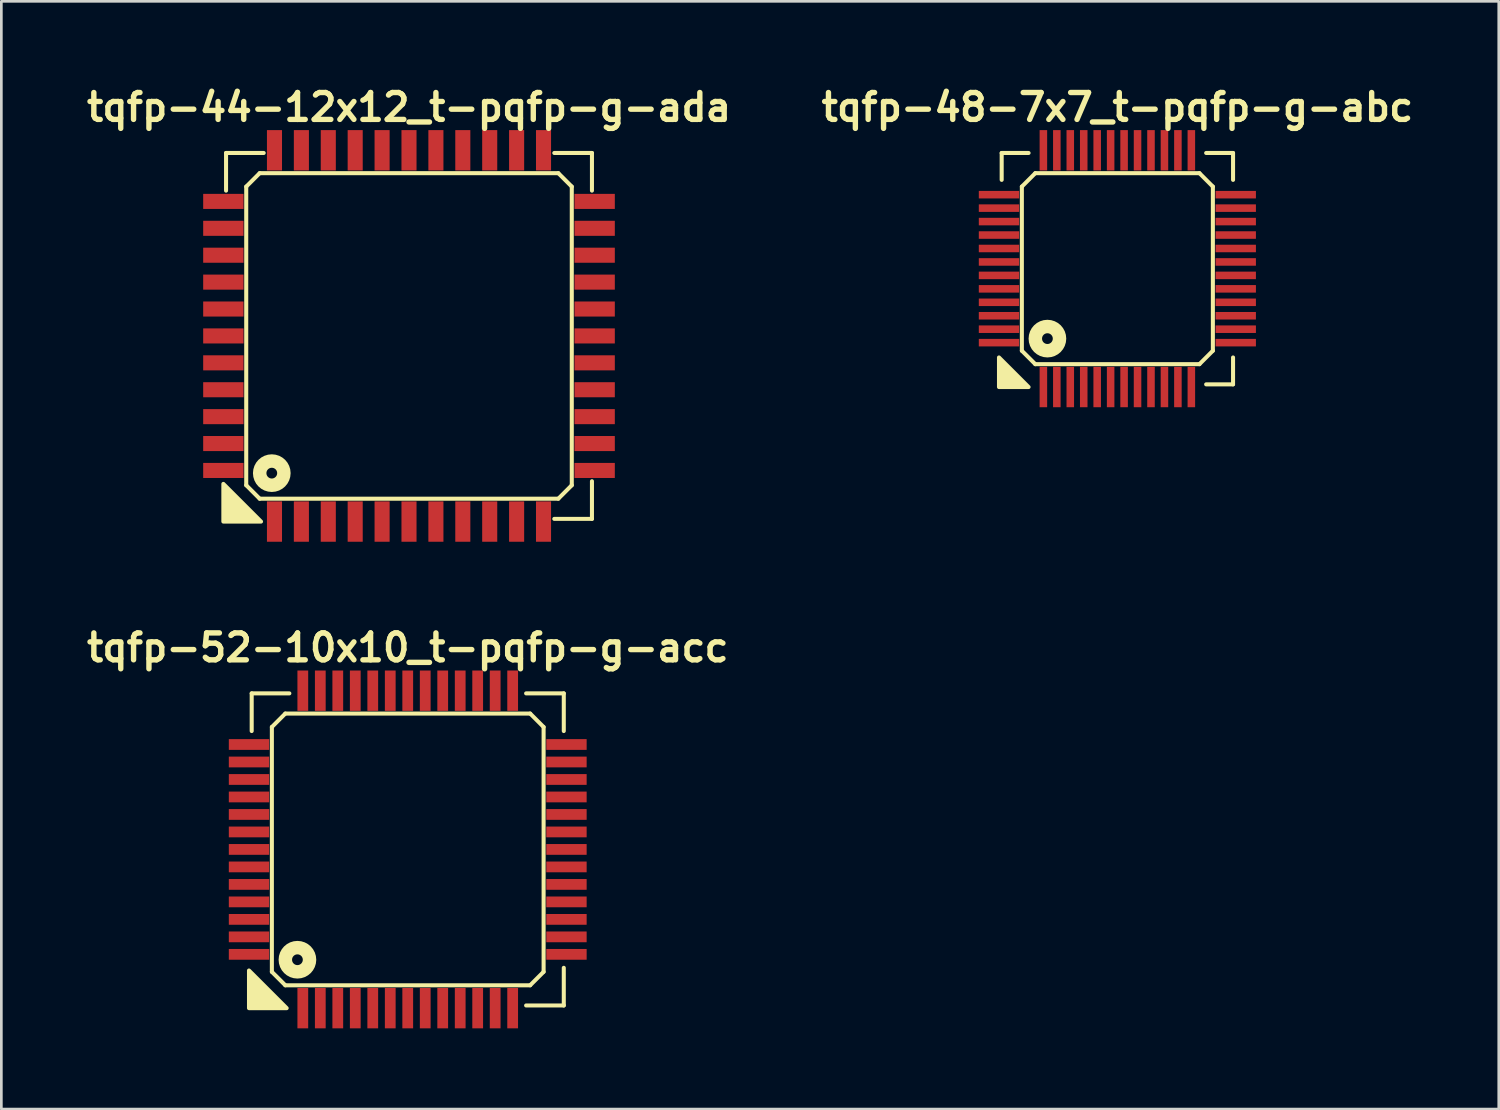
<source format=kicad_pcb>
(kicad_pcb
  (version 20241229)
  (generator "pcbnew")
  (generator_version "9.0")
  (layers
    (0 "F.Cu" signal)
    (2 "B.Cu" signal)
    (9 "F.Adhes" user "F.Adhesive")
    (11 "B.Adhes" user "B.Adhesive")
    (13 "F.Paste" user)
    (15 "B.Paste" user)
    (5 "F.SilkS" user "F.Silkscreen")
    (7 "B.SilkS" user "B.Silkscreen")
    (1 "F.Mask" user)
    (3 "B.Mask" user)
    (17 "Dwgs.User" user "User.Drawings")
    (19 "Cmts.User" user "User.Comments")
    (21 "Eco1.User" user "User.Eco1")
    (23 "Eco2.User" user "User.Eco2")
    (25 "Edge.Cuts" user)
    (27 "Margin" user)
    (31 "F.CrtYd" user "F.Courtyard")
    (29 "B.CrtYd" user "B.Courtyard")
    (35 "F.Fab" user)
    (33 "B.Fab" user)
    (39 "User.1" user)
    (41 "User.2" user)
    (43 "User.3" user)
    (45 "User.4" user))
  (footprint "tqfp-52-10x10_t-pqfp-g-acc"
    (layer "F.Cu")
    (at 12.105 28.522)
    (property "Reference" "tqfp-52-10x10_t-pqfp-g-acc" (at 0 -7.5 0) (layer "F.SilkS") (effects (font (size 1 1) (thickness 0.2))))
    (attr smd)
    (fp_line (start -5.8 -5.8) (end -4.4 -5.8) (stroke (width 0.15) (type solid)) (layer "F.SilkS"))
    (fp_line (start -5.8 -4.4) (end -5.8 -5.8) (stroke (width 0.15) (type solid)) (layer "F.SilkS"))
    (fp_line (start -5.05 -4.55) (end -4.55 -5.05) (stroke (width 0.15) (type solid)) (layer "F.SilkS"))
    (fp_line (start -5.05 4.55) (end -5.05 -4.55) (stroke (width 0.15) (type solid)) (layer "F.SilkS"))
    (fp_line (start -4.55 -5.05) (end 4.55 -5.05) (stroke (width 0.15) (type solid)) (layer "F.SilkS"))
    (fp_line (start -4.55 5.05) (end -5.05 4.55) (stroke (width 0.15) (type solid)) (layer "F.SilkS"))
    (fp_line (start 4.4 -5.8) (end 5.8 -5.8) (stroke (width 0.15) (type solid)) (layer "F.SilkS"))
    (fp_line (start 4.55 -5.05) (end 5.05 -4.55) (stroke (width 0.15) (type solid)) (layer "F.SilkS"))
    (fp_line (start 4.55 5.05) (end -4.55 5.05) (stroke (width 0.15) (type solid)) (layer "F.SilkS"))
    (fp_line (start 5.05 -4.55) (end 5.05 4.55) (stroke (width 0.15) (type solid)) (layer "F.SilkS"))
    (fp_line (start 5.05 4.55) (end 4.55 5.05) (stroke (width 0.15) (type solid)) (layer "F.SilkS"))
    (fp_line (start 5.8 -5.8) (end 5.8 -4.4) (stroke (width 0.15) (type solid)) (layer "F.SilkS"))
    (fp_line (start 5.8 4.4) (end 5.8 5.8) (stroke (width 0.15) (type solid)) (layer "F.SilkS"))
    (fp_line (start 5.8 5.8) (end 4.4 5.8) (stroke (width 0.15) (type solid)) (layer "F.SilkS"))
    (fp_circle (center -4.1 4.1) (end -3.9 4.1) (stroke (width 0.5) (type solid)) (fill no) (layer "F.SilkS"))
    (fp_poly (pts (xy -4.5 5.9) (xy -5.9 5.9) (xy -5.9 4.5)) (stroke (width 0.15) (type solid)) (fill yes) (layer "F.SilkS"))
    (pad "1" smd rect (at -3.9 5.9) (size 0.4 1.5) (layers "F.Cu" "F.Mask" "F.Paste"))
    (pad "2" smd rect (at -3.25 5.9) (size 0.4 1.5) (layers "F.Cu" "F.Mask" "F.Paste"))
    (pad "3" smd rect (at -2.6 5.9) (size 0.4 1.5) (layers "F.Cu" "F.Mask" "F.Paste"))
    (pad "4" smd rect (at -1.95 5.9) (size 0.4 1.5) (layers "F.Cu" "F.Mask" "F.Paste"))
    (pad "5" smd rect (at -1.3 5.9) (size 0.4 1.5) (layers "F.Cu" "F.Mask" "F.Paste"))
    (pad "6" smd rect (at -0.65 5.9) (size 0.4 1.5) (layers "F.Cu" "F.Mask" "F.Paste"))
    (pad "7" smd rect (at 0 5.9) (size 0.4 1.5) (layers "F.Cu" "F.Mask" "F.Paste"))
    (pad "8" smd rect (at 0.65 5.9) (size 0.4 1.5) (layers "F.Cu" "F.Mask" "F.Paste"))
    (pad "9" smd rect (at 1.3 5.9) (size 0.4 1.5) (layers "F.Cu" "F.Mask" "F.Paste"))
    (pad "10" smd rect (at 1.95 5.9) (size 0.4 1.5) (layers "F.Cu" "F.Mask" "F.Paste"))
    (pad "11" smd rect (at 2.6 5.9) (size 0.4 1.5) (layers "F.Cu" "F.Mask" "F.Paste"))
    (pad "12" smd rect (at 3.25 5.9) (size 0.4 1.5) (layers "F.Cu" "F.Mask" "F.Paste"))
    (pad "13" smd rect (at 3.9 5.9) (size 0.4 1.5) (layers "F.Cu" "F.Mask" "F.Paste"))
    (pad "14" smd rect (at 5.9 3.9) (size 1.5 0.4) (layers "F.Cu" "F.Mask" "F.Paste"))
    (pad "15" smd rect (at 5.9 3.25) (size 1.5 0.4) (layers "F.Cu" "F.Mask" "F.Paste"))
    (pad "16" smd rect (at 5.9 2.6) (size 1.5 0.4) (layers "F.Cu" "F.Mask" "F.Paste"))
    (pad "17" smd rect (at 5.9 1.95) (size 1.5 0.4) (layers "F.Cu" "F.Mask" "F.Paste"))
    (pad "18" smd rect (at 5.9 1.3) (size 1.5 0.4) (layers "F.Cu" "F.Mask" "F.Paste"))
    (pad "19" smd rect (at 5.9 0.65) (size 1.5 0.4) (layers "F.Cu" "F.Mask" "F.Paste"))
    (pad "20" smd rect (at 5.9 0) (size 1.5 0.4) (layers "F.Cu" "F.Mask" "F.Paste"))
    (pad "21" smd rect (at 5.9 -0.65) (size 1.5 0.4) (layers "F.Cu" "F.Mask" "F.Paste"))
    (pad "22" smd rect (at 5.9 -1.3) (size 1.5 0.4) (layers "F.Cu" "F.Mask" "F.Paste"))
    (pad "23" smd rect (at 5.9 -1.95) (size 1.5 0.4) (layers "F.Cu" "F.Mask" "F.Paste"))
    (pad "24" smd rect (at 5.9 -2.6) (size 1.5 0.4) (layers "F.Cu" "F.Mask" "F.Paste"))
    (pad "25" smd rect (at 5.9 -3.25) (size 1.5 0.4) (layers "F.Cu" "F.Mask" "F.Paste"))
    (pad "26" smd rect (at 5.9 -3.9) (size 1.5 0.4) (layers "F.Cu" "F.Mask" "F.Paste"))
    (pad "27" smd rect (at 3.9 -5.9) (size 0.4 1.5) (layers "F.Cu" "F.Mask" "F.Paste"))
    (pad "28" smd rect (at 3.25 -5.9) (size 0.4 1.5) (layers "F.Cu" "F.Mask" "F.Paste"))
    (pad "29" smd rect (at 2.6 -5.9) (size 0.4 1.5) (layers "F.Cu" "F.Mask" "F.Paste"))
    (pad "30" smd rect (at 1.95 -5.9) (size 0.4 1.5) (layers "F.Cu" "F.Mask" "F.Paste"))
    (pad "31" smd rect (at 1.3 -5.9) (size 0.4 1.5) (layers "F.Cu" "F.Mask" "F.Paste"))
    (pad "32" smd rect (at 0.65 -5.9) (size 0.4 1.5) (layers "F.Cu" "F.Mask" "F.Paste"))
    (pad "33" smd rect (at 0 -5.9) (size 0.4 1.5) (layers "F.Cu" "F.Mask" "F.Paste"))
    (pad "34" smd rect (at -0.65 -5.9) (size 0.4 1.5) (layers "F.Cu" "F.Mask" "F.Paste"))
    (pad "35" smd rect (at -1.3 -5.9) (size 0.4 1.5) (layers "F.Cu" "F.Mask" "F.Paste"))
    (pad "36" smd rect (at -1.95 -5.9) (size 0.4 1.5) (layers "F.Cu" "F.Mask" "F.Paste"))
    (pad "37" smd rect (at -2.6 -5.9) (size 0.4 1.5) (layers "F.Cu" "F.Mask" "F.Paste"))
    (pad "38" smd rect (at -3.25 -5.9) (size 0.4 1.5) (layers "F.Cu" "F.Mask" "F.Paste"))
    (pad "39" smd rect (at -3.9 -5.9) (size 0.4 1.5) (layers "F.Cu" "F.Mask" "F.Paste"))
    (pad "40" smd rect (at -5.9 -3.9) (size 1.5 0.4) (layers "F.Cu" "F.Mask" "F.Paste"))
    (pad "41" smd rect (at -5.9 -3.25) (size 1.5 0.4) (layers "F.Cu" "F.Mask" "F.Paste"))
    (pad "42" smd rect (at -5.9 -2.6) (size 1.5 0.4) (layers "F.Cu" "F.Mask" "F.Paste"))
    (pad "43" smd rect (at -5.9 -1.95) (size 1.5 0.4) (layers "F.Cu" "F.Mask" "F.Paste"))
    (pad "44" smd rect (at -5.9 -1.3) (size 1.5 0.4) (layers "F.Cu" "F.Mask" "F.Paste"))
    (pad "45" smd rect (at -5.9 -0.65) (size 1.5 0.4) (layers "F.Cu" "F.Mask" "F.Paste"))
    (pad "46" smd rect (at -5.9 0) (size 1.5 0.4) (layers "F.Cu" "F.Mask" "F.Paste"))
    (pad "47" smd rect (at -5.9 0.65) (size 1.5 0.4) (layers "F.Cu" "F.Mask" "F.Paste"))
    (pad "48" smd rect (at -5.9 1.3) (size 1.5 0.4) (layers "F.Cu" "F.Mask" "F.Paste"))
    (pad "49" smd rect (at -5.9 1.95) (size 1.5 0.4) (layers "F.Cu" "F.Mask" "F.Paste"))
    (pad "50" smd rect (at -5.9 2.6) (size 1.5 0.4) (layers "F.Cu" "F.Mask" "F.Paste"))
    (pad "51" smd rect (at -5.9 3.25) (size 1.5 0.4) (layers "F.Cu" "F.Mask" "F.Paste"))
    (pad "52" smd rect (at -5.9 3.9) (size 1.5 0.4) (layers "F.Cu" "F.Mask" "F.Paste")))
  (footprint "tqfp-44-12x12_t-pqfp-g-ada"
    (layer "F.Cu")
    (at 12.152 9.436)
    (property "Reference" "tqfp-44-12x12_t-pqfp-g-ada" (at 0 -8.5 0) (layer "F.SilkS") (effects (font (size 1 1) (thickness 0.2))))
    (attr smd)
    (fp_line (start -6.8 -6.8) (end -5.4 -6.8) (stroke (width 0.15) (type solid)) (layer "F.SilkS"))
    (fp_line (start -6.8 -5.4) (end -6.8 -6.8) (stroke (width 0.15) (type solid)) (layer "F.SilkS"))
    (fp_line (start -6.05 -5.55) (end -5.55 -6.05) (stroke (width 0.15) (type solid)) (layer "F.SilkS"))
    (fp_line (start -6.05 5.55) (end -6.05 -5.55) (stroke (width 0.15) (type solid)) (layer "F.SilkS"))
    (fp_line (start -5.55 -6.05) (end 5.55 -6.05) (stroke (width 0.15) (type solid)) (layer "F.SilkS"))
    (fp_line (start -5.55 6.05) (end -6.05 5.55) (stroke (width 0.15) (type solid)) (layer "F.SilkS"))
    (fp_line (start 5.4 -6.8) (end 6.8 -6.8) (stroke (width 0.15) (type solid)) (layer "F.SilkS"))
    (fp_line (start 5.55 -6.05) (end 6.05 -5.55) (stroke (width 0.15) (type solid)) (layer "F.SilkS"))
    (fp_line (start 5.55 6.05) (end -5.55 6.05) (stroke (width 0.15) (type solid)) (layer "F.SilkS"))
    (fp_line (start 6.05 -5.55) (end 6.05 5.55) (stroke (width 0.15) (type solid)) (layer "F.SilkS"))
    (fp_line (start 6.05 5.55) (end 5.55 6.05) (stroke (width 0.15) (type solid)) (layer "F.SilkS"))
    (fp_line (start 6.8 -6.8) (end 6.8 -5.4) (stroke (width 0.15) (type solid)) (layer "F.SilkS"))
    (fp_line (start 6.8 5.4) (end 6.8 6.8) (stroke (width 0.15) (type solid)) (layer "F.SilkS"))
    (fp_line (start 6.8 6.8) (end 5.4 6.8) (stroke (width 0.15) (type solid)) (layer "F.SilkS"))
    (fp_circle (center -5.1 5.1) (end -4.9 5.1) (stroke (width 0.5) (type solid)) (fill no) (layer "F.SilkS"))
    (fp_poly (pts (xy -5.5 6.9) (xy -6.9 6.9) (xy -6.9 5.5)) (stroke (width 0.15) (type solid)) (fill yes) (layer "F.SilkS"))
    (pad "1" smd rect (at -5 6.9) (size 0.56 1.5) (layers "F.Cu" "F.Mask" "F.Paste"))
    (pad "2" smd rect (at -4 6.9) (size 0.56 1.5) (layers "F.Cu" "F.Mask" "F.Paste"))
    (pad "3" smd rect (at -3 6.9) (size 0.56 1.5) (layers "F.Cu" "F.Mask" "F.Paste"))
    (pad "4" smd rect (at -2 6.9) (size 0.56 1.5) (layers "F.Cu" "F.Mask" "F.Paste"))
    (pad "5" smd rect (at -1 6.9) (size 0.56 1.5) (layers "F.Cu" "F.Mask" "F.Paste"))
    (pad "6" smd rect (at 0 6.9) (size 0.56 1.5) (layers "F.Cu" "F.Mask" "F.Paste"))
    (pad "7" smd rect (at 1 6.9) (size 0.56 1.5) (layers "F.Cu" "F.Mask" "F.Paste"))
    (pad "8" smd rect (at 2 6.9) (size 0.56 1.5) (layers "F.Cu" "F.Mask" "F.Paste"))
    (pad "9" smd rect (at 3 6.9) (size 0.56 1.5) (layers "F.Cu" "F.Mask" "F.Paste"))
    (pad "10" smd rect (at 4 6.9) (size 0.56 1.5) (layers "F.Cu" "F.Mask" "F.Paste"))
    (pad "11" smd rect (at 5 6.9) (size 0.56 1.5) (layers "F.Cu" "F.Mask" "F.Paste"))
    (pad "12" smd rect (at 6.9 5) (size 1.5 0.56) (layers "F.Cu" "F.Mask" "F.Paste"))
    (pad "13" smd rect (at 6.9 4) (size 1.5 0.56) (layers "F.Cu" "F.Mask" "F.Paste"))
    (pad "14" smd rect (at 6.9 3) (size 1.5 0.56) (layers "F.Cu" "F.Mask" "F.Paste"))
    (pad "15" smd rect (at 6.9 2) (size 1.5 0.56) (layers "F.Cu" "F.Mask" "F.Paste"))
    (pad "16" smd rect (at 6.9 1) (size 1.5 0.56) (layers "F.Cu" "F.Mask" "F.Paste"))
    (pad "17" smd rect (at 6.9 0) (size 1.5 0.56) (layers "F.Cu" "F.Mask" "F.Paste"))
    (pad "18" smd rect (at 6.9 -1) (size 1.5 0.56) (layers "F.Cu" "F.Mask" "F.Paste"))
    (pad "19" smd rect (at 6.9 -2) (size 1.5 0.56) (layers "F.Cu" "F.Mask" "F.Paste"))
    (pad "20" smd rect (at 6.9 -3) (size 1.5 0.56) (layers "F.Cu" "F.Mask" "F.Paste"))
    (pad "21" smd rect (at 6.9 -4) (size 1.5 0.56) (layers "F.Cu" "F.Mask" "F.Paste"))
    (pad "22" smd rect (at 6.9 -5) (size 1.5 0.56) (layers "F.Cu" "F.Mask" "F.Paste"))
    (pad "23" smd rect (at 5 -6.9) (size 0.56 1.5) (layers "F.Cu" "F.Mask" "F.Paste"))
    (pad "24" smd rect (at 4 -6.9) (size 0.56 1.5) (layers "F.Cu" "F.Mask" "F.Paste"))
    (pad "25" smd rect (at 3 -6.9) (size 0.56 1.5) (layers "F.Cu" "F.Mask" "F.Paste"))
    (pad "26" smd rect (at 2 -6.9) (size 0.56 1.5) (layers "F.Cu" "F.Mask" "F.Paste"))
    (pad "27" smd rect (at 1 -6.9) (size 0.56 1.5) (layers "F.Cu" "F.Mask" "F.Paste"))
    (pad "28" smd rect (at 0 -6.9) (size 0.56 1.5) (layers "F.Cu" "F.Mask" "F.Paste"))
    (pad "29" smd rect (at -1 -6.9) (size 0.56 1.5) (layers "F.Cu" "F.Mask" "F.Paste"))
    (pad "30" smd rect (at -2 -6.9) (size 0.56 1.5) (layers "F.Cu" "F.Mask" "F.Paste"))
    (pad "31" smd rect (at -3 -6.9) (size 0.56 1.5) (layers "F.Cu" "F.Mask" "F.Paste"))
    (pad "32" smd rect (at -4 -6.9) (size 0.56 1.5) (layers "F.Cu" "F.Mask" "F.Paste"))
    (pad "33" smd rect (at -5 -6.9) (size 0.56 1.5) (layers "F.Cu" "F.Mask" "F.Paste"))
    (pad "34" smd rect (at -6.9 -5) (size 1.5 0.56) (layers "F.Cu" "F.Mask" "F.Paste"))
    (pad "35" smd rect (at -6.9 -4) (size 1.5 0.56) (layers "F.Cu" "F.Mask" "F.Paste"))
    (pad "36" smd rect (at -6.9 -3) (size 1.5 0.56) (layers "F.Cu" "F.Mask" "F.Paste"))
    (pad "37" smd rect (at -6.9 -2) (size 1.5 0.56) (layers "F.Cu" "F.Mask" "F.Paste"))
    (pad "38" smd rect (at -6.9 -1) (size 1.5 0.56) (layers "F.Cu" "F.Mask" "F.Paste"))
    (pad "39" smd rect (at -6.9 0) (size 1.5 0.56) (layers "F.Cu" "F.Mask" "F.Paste"))
    (pad "40" smd rect (at -6.9 1) (size 1.5 0.56) (layers "F.Cu" "F.Mask" "F.Paste"))
    (pad "41" smd rect (at -6.9 2) (size 1.5 0.56) (layers "F.Cu" "F.Mask" "F.Paste"))
    (pad "42" smd rect (at -6.9 3) (size 1.5 0.56) (layers "F.Cu" "F.Mask" "F.Paste"))
    (pad "43" smd rect (at -6.9 4) (size 1.5 0.56) (layers "F.Cu" "F.Mask" "F.Paste"))
    (pad "44" smd rect (at -6.9 5) (size 1.5 0.56) (layers "F.Cu" "F.Mask" "F.Paste")))
  (footprint "tqfp-48-7x7_t-pqfp-g-abc"
    (layer "F.Cu")
    (at 38.481 6.936)
    (property "Reference" "tqfp-48-7x7_t-pqfp-g-abc" (at 0 -6 0) (layer "F.SilkS") (effects (font (size 1 1) (thickness 0.2))))
    (attr smd)
    (fp_line (start -4.3 -4.3) (end -3.3 -4.3) (stroke (width 0.15) (type solid)) (layer "F.SilkS"))
    (fp_line (start -4.3 -3.3) (end -4.3 -4.3) (stroke (width 0.15) (type solid)) (layer "F.SilkS"))
    (fp_line (start -3.55 -3.05) (end -3.05 -3.55) (stroke (width 0.15) (type solid)) (layer "F.SilkS"))
    (fp_line (start -3.55 3.05) (end -3.55 -3.05) (stroke (width 0.15) (type solid)) (layer "F.SilkS"))
    (fp_line (start -3.05 -3.55) (end 3.05 -3.55) (stroke (width 0.15) (type solid)) (layer "F.SilkS"))
    (fp_line (start -3.05 3.55) (end -3.55 3.05) (stroke (width 0.15) (type solid)) (layer "F.SilkS"))
    (fp_line (start 3.05 -3.55) (end 3.55 -3.05) (stroke (width 0.15) (type solid)) (layer "F.SilkS"))
    (fp_line (start 3.05 3.55) (end -3.05 3.55) (stroke (width 0.15) (type solid)) (layer "F.SilkS"))
    (fp_line (start 3.3 -4.3) (end 4.3 -4.3) (stroke (width 0.15) (type solid)) (layer "F.SilkS"))
    (fp_line (start 3.55 -3.05) (end 3.55 3.05) (stroke (width 0.15) (type solid)) (layer "F.SilkS"))
    (fp_line (start 3.55 3.05) (end 3.05 3.55) (stroke (width 0.15) (type solid)) (layer "F.SilkS"))
    (fp_line (start 4.3 -4.3) (end 4.3 -3.3) (stroke (width 0.15) (type solid)) (layer "F.SilkS"))
    (fp_line (start 4.3 3.3) (end 4.3 4.3) (stroke (width 0.15) (type solid)) (layer "F.SilkS"))
    (fp_line (start 4.3 4.3) (end 3.3 4.3) (stroke (width 0.15) (type solid)) (layer "F.SilkS"))
    (fp_circle (center -2.6 2.6) (end -2.4 2.6) (stroke (width 0.5) (type solid)) (fill no) (layer "F.SilkS"))
    (fp_poly (pts (xy -3.3 4.4) (xy -4.4 4.4) (xy -4.4 3.3)) (stroke (width 0.15) (type solid)) (fill yes) (layer "F.SilkS"))
    (pad "1" smd rect (at -2.75 4.4) (size 0.28 1.5) (layers "F.Cu" "F.Mask" "F.Paste"))
    (pad "2" smd rect (at -2.25 4.4) (size 0.28 1.5) (layers "F.Cu" "F.Mask" "F.Paste"))
    (pad "3" smd rect (at -1.75 4.4) (size 0.28 1.5) (layers "F.Cu" "F.Mask" "F.Paste"))
    (pad "4" smd rect (at -1.25 4.4) (size 0.28 1.5) (layers "F.Cu" "F.Mask" "F.Paste"))
    (pad "5" smd rect (at -0.75 4.4) (size 0.28 1.5) (layers "F.Cu" "F.Mask" "F.Paste"))
    (pad "6" smd rect (at -0.25 4.4) (size 0.28 1.5) (layers "F.Cu" "F.Mask" "F.Paste"))
    (pad "7" smd rect (at 0.25 4.4) (size 0.28 1.5) (layers "F.Cu" "F.Mask" "F.Paste"))
    (pad "8" smd rect (at 0.75 4.4) (size 0.28 1.5) (layers "F.Cu" "F.Mask" "F.Paste"))
    (pad "9" smd rect (at 1.25 4.4) (size 0.28 1.5) (layers "F.Cu" "F.Mask" "F.Paste"))
    (pad "10" smd rect (at 1.75 4.4) (size 0.28 1.5) (layers "F.Cu" "F.Mask" "F.Paste"))
    (pad "11" smd rect (at 2.25 4.4) (size 0.28 1.5) (layers "F.Cu" "F.Mask" "F.Paste"))
    (pad "12" smd rect (at 2.75 4.4) (size 0.28 1.5) (layers "F.Cu" "F.Mask" "F.Paste"))
    (pad "13" smd rect (at 4.4 2.75) (size 1.5 0.28) (layers "F.Cu" "F.Mask" "F.Paste"))
    (pad "14" smd rect (at 4.4 2.25) (size 1.5 0.28) (layers "F.Cu" "F.Mask" "F.Paste"))
    (pad "15" smd rect (at 4.4 1.75) (size 1.5 0.28) (layers "F.Cu" "F.Mask" "F.Paste"))
    (pad "16" smd rect (at 4.4 1.25) (size 1.5 0.28) (layers "F.Cu" "F.Mask" "F.Paste"))
    (pad "17" smd rect (at 4.4 0.75) (size 1.5 0.28) (layers "F.Cu" "F.Mask" "F.Paste"))
    (pad "18" smd rect (at 4.4 0.25) (size 1.5 0.28) (layers "F.Cu" "F.Mask" "F.Paste"))
    (pad "19" smd rect (at 4.4 -0.25) (size 1.5 0.28) (layers "F.Cu" "F.Mask" "F.Paste"))
    (pad "20" smd rect (at 4.4 -0.75) (size 1.5 0.28) (layers "F.Cu" "F.Mask" "F.Paste"))
    (pad "21" smd rect (at 4.4 -1.25) (size 1.5 0.28) (layers "F.Cu" "F.Mask" "F.Paste"))
    (pad "22" smd rect (at 4.4 -1.75) (size 1.5 0.28) (layers "F.Cu" "F.Mask" "F.Paste"))
    (pad "23" smd rect (at 4.4 -2.25) (size 1.5 0.28) (layers "F.Cu" "F.Mask" "F.Paste"))
    (pad "24" smd rect (at 4.4 -2.75) (size 1.5 0.28) (layers "F.Cu" "F.Mask" "F.Paste"))
    (pad "25" smd rect (at 2.75 -4.4) (size 0.28 1.5) (layers "F.Cu" "F.Mask" "F.Paste"))
    (pad "26" smd rect (at 2.25 -4.4) (size 0.28 1.5) (layers "F.Cu" "F.Mask" "F.Paste"))
    (pad "27" smd rect (at 1.75 -4.4) (size 0.28 1.5) (layers "F.Cu" "F.Mask" "F.Paste"))
    (pad "28" smd rect (at 1.25 -4.4) (size 0.28 1.5) (layers "F.Cu" "F.Mask" "F.Paste"))
    (pad "29" smd rect (at 0.75 -4.4) (size 0.28 1.5) (layers "F.Cu" "F.Mask" "F.Paste"))
    (pad "30" smd rect (at 0.25 -4.4) (size 0.28 1.5) (layers "F.Cu" "F.Mask" "F.Paste"))
    (pad "31" smd rect (at -0.25 -4.4) (size 0.28 1.5) (layers "F.Cu" "F.Mask" "F.Paste"))
    (pad "32" smd rect (at -0.75 -4.4) (size 0.28 1.5) (layers "F.Cu" "F.Mask" "F.Paste"))
    (pad "33" smd rect (at -1.25 -4.4) (size 0.28 1.5) (layers "F.Cu" "F.Mask" "F.Paste"))
    (pad "34" smd rect (at -1.75 -4.4) (size 0.28 1.5) (layers "F.Cu" "F.Mask" "F.Paste"))
    (pad "35" smd rect (at -2.25 -4.4) (size 0.28 1.5) (layers "F.Cu" "F.Mask" "F.Paste"))
    (pad "36" smd rect (at -2.75 -4.4) (size 0.28 1.5) (layers "F.Cu" "F.Mask" "F.Paste"))
    (pad "37" smd rect (at -4.4 -2.75) (size 1.5 0.28) (layers "F.Cu" "F.Mask" "F.Paste"))
    (pad "38" smd rect (at -4.4 -2.25) (size 1.5 0.28) (layers "F.Cu" "F.Mask" "F.Paste"))
    (pad "39" smd rect (at -4.4 -1.75) (size 1.5 0.28) (layers "F.Cu" "F.Mask" "F.Paste"))
    (pad "40" smd rect (at -4.4 -1.25) (size 1.5 0.28) (layers "F.Cu" "F.Mask" "F.Paste"))
    (pad "41" smd rect (at -4.4 -0.75) (size 1.5 0.28) (layers "F.Cu" "F.Mask" "F.Paste"))
    (pad "42" smd rect (at -4.4 -0.25) (size 1.5 0.28) (layers "F.Cu" "F.Mask" "F.Paste"))
    (pad "43" smd rect (at -4.4 0.25) (size 1.5 0.28) (layers "F.Cu" "F.Mask" "F.Paste"))
    (pad "44" smd rect (at -4.4 0.75) (size 1.5 0.28) (layers "F.Cu" "F.Mask" "F.Paste"))
    (pad "45" smd rect (at -4.4 1.25) (size 1.5 0.28) (layers "F.Cu" "F.Mask" "F.Paste"))
    (pad "46" smd rect (at -4.4 1.75) (size 1.5 0.28) (layers "F.Cu" "F.Mask" "F.Paste"))
    (pad "47" smd rect (at -4.4 2.25) (size 1.5 0.28) (layers "F.Cu" "F.Mask" "F.Paste"))
    (pad "48" smd rect (at -4.4 2.75) (size 1.5 0.28) (layers "F.Cu" "F.Mask" "F.Paste")))
  (gr_rect
    (start -3 -3)
    (end 52.657 38.172)
    (stroke (width 0.1) (type default))
    (fill no)
    (layer "Edge.Cuts")))
</source>
